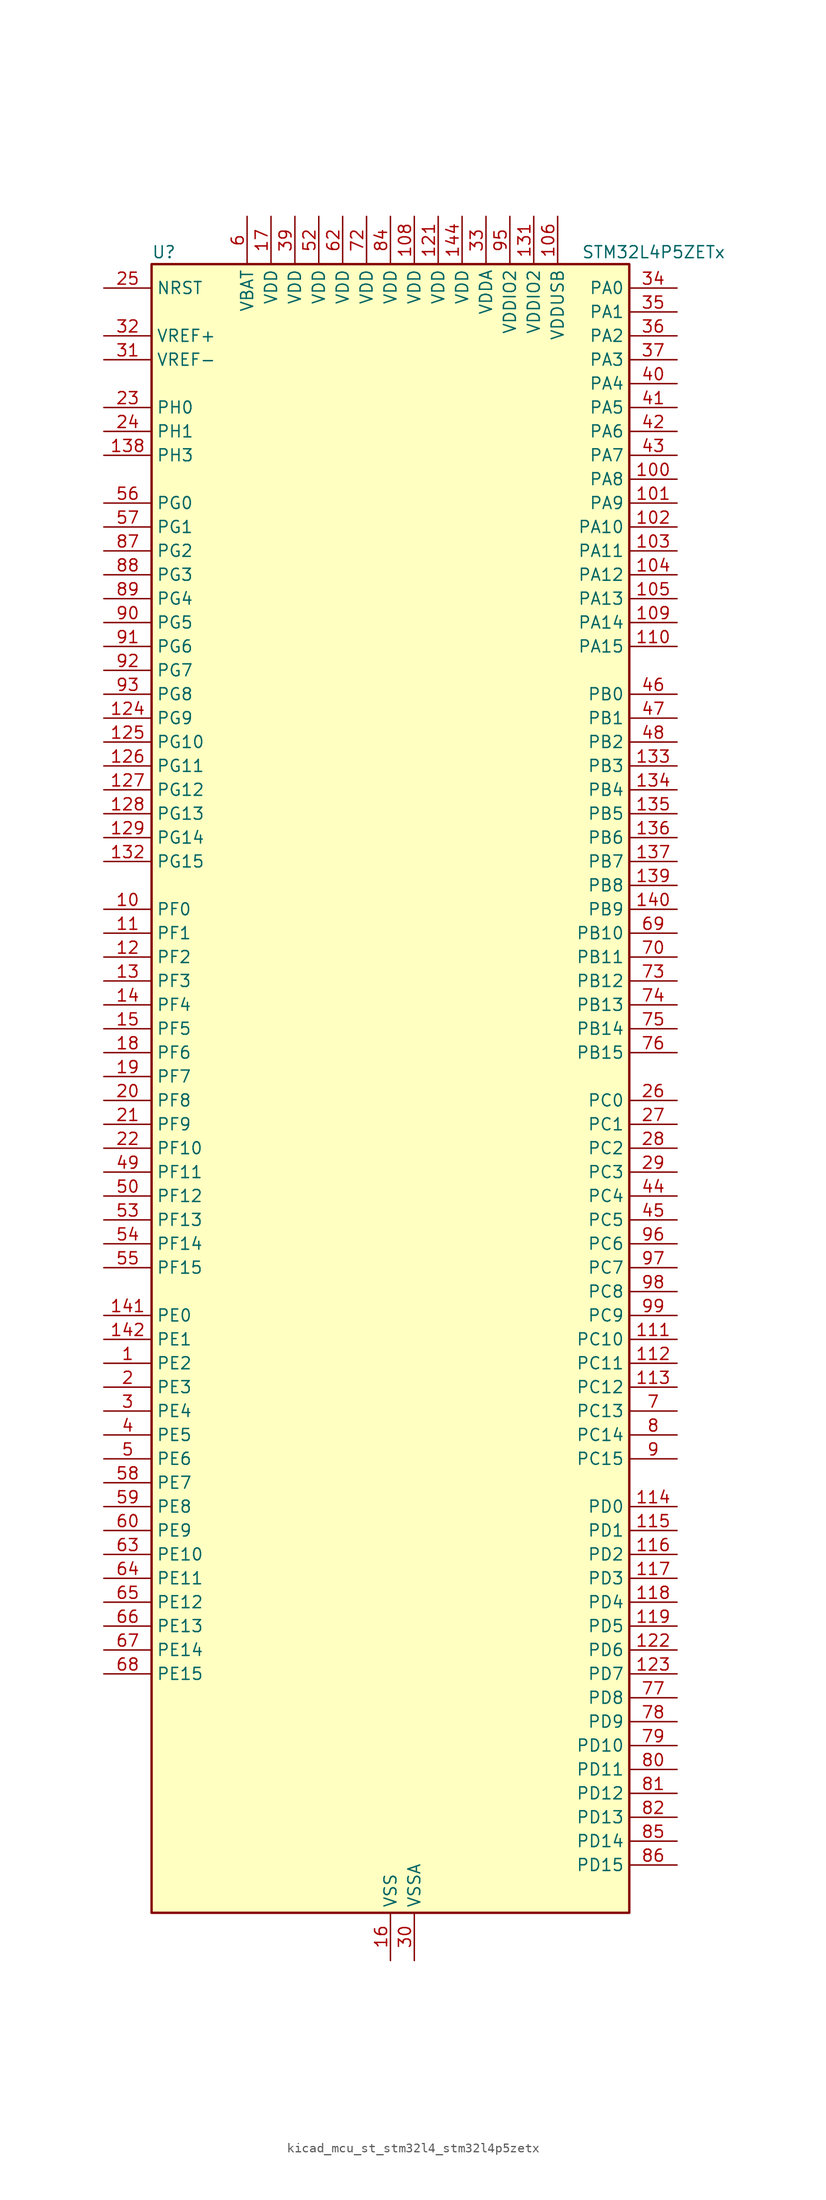
<source format=kicad_sym>
(kicad_symbol_lib
  (version 20220914)
  (generator kicad_symbol_editor)
  (symbol "kicad_mcu_st_stm32l4_stm32l4p5zetx"
    (property "Reference" "U"
      (at -25.4 90.17 0)
      (effects (font (size 1.27 1.27)) (justify left)))
    (property "Value" "STM32L4P5ZETx"
      (at 20.32 90.17 0)
      (effects (font (size 1.27 1.27)) (justify left)))
    (property "ki_locked" ""
      (at 0 0 0)
      (effects (font (size 1.27 1.27))))
    (symbol "kicad_mcu_st_stm32l4_stm32l4p5zetx_0_1"
      (rectangle (start -25.4 -86.36) (end 25.4 88.9) (stroke (width 0.254) (type default)) (fill (type background))))
    (symbol "kicad_mcu_st_stm32l4_stm32l4p5zetx_1_1"
      (pin bidirectional line (at -30.48 -27.94 0) (length 5.08) (name "PE2" (effects (font (size 1.27 1.27)))) (number "1" (effects (font (size 1.27 1.27)))) (alternate "FMC_A23" bidirectional line) (alternate "LTDC_R7" bidirectional line) (alternate "SAI1_CK1" bidirectional line) (alternate "SAI1_MCLK_A" bidirectional line) (alternate "SYS_TRACECLK" bidirectional line) (alternate "TIM3_ETR" bidirectional line) (alternate "TSC_G7_IO1" bidirectional line))
      (pin bidirectional line (at -30.48 20.32 0) (length 5.08) (name "PF0" (effects (font (size 1.27 1.27)))) (number "10" (effects (font (size 1.27 1.27)))) (alternate "FMC_A0" bidirectional line) (alternate "I2C2_SDA" bidirectional line) (alternate "OCTOSPIM_P2_IO0" bidirectional line))
      (pin bidirectional line (at 30.48 66.04 180) (length 5.08) (name "PA8" (effects (font (size 1.27 1.27)))) (number "100" (effects (font (size 1.27 1.27)))) (alternate "LPTIM2_OUT" bidirectional line) (alternate "LTDC_B7" bidirectional line) (alternate "RCC_MCO" bidirectional line) (alternate "SAI1_CK2" bidirectional line) (alternate "SAI1_SCK_A" bidirectional line) (alternate "TIM1_CH1" bidirectional line) (alternate "USART1_CK" bidirectional line) (alternate "USB_OTG_FS_SOF" bidirectional line))
      (pin bidirectional line (at 30.48 63.5 180) (length 5.08) (name "PA9" (effects (font (size 1.27 1.27)))) (number "101" (effects (font (size 1.27 1.27)))) (alternate "DAC1_EXTI9" bidirectional line) (alternate "DCMI_D0" bidirectional line) (alternate "LTDC_G7" bidirectional line) (alternate "PSSI_D0" bidirectional line) (alternate "SAI1_FS_A" bidirectional line) (alternate "SPI2_SCK" bidirectional line) (alternate "TIM15_BKIN" bidirectional line) (alternate "TIM1_CH2" bidirectional line) (alternate "USART1_TX" bidirectional line) (alternate "USB_OTG_FS_VBUS" bidirectional line))
      (pin bidirectional line (at 30.48 60.96 180) (length 5.08) (name "PA10" (effects (font (size 1.27 1.27)))) (number "102" (effects (font (size 1.27 1.27)))) (alternate "DCMI_D1" bidirectional line) (alternate "LTDC_G6" bidirectional line) (alternate "PSSI_D1" bidirectional line) (alternate "SAI1_D1" bidirectional line) (alternate "SAI1_SD_A" bidirectional line) (alternate "TIM17_BKIN" bidirectional line) (alternate "TIM1_CH3" bidirectional line) (alternate "USART1_RX" bidirectional line) (alternate "USB_OTG_FS_ID" bidirectional line))
      (pin bidirectional line (at 30.48 58.42 180) (length 5.08) (name "PA11" (effects (font (size 1.27 1.27)))) (number "103" (effects (font (size 1.27 1.27)))) (alternate "ADC1_EXTI11" bidirectional line) (alternate "ADC2_EXTI11" bidirectional line) (alternate "CAN1_RX" bidirectional line) (alternate "LTDC_DE" bidirectional line) (alternate "SPI1_MISO" bidirectional line) (alternate "TIM1_BKIN2" bidirectional line) (alternate "TIM1_CH4" bidirectional line) (alternate "USART1_CTS" bidirectional line) (alternate "USART1_NSS" bidirectional line) (alternate "USB_OTG_FS_DM" bidirectional line))
      (pin bidirectional line (at 30.48 55.88 180) (length 5.08) (name "PA12" (effects (font (size 1.27 1.27)))) (number "104" (effects (font (size 1.27 1.27)))) (alternate "CAN1_TX" bidirectional line) (alternate "LTDC_VSYNC" bidirectional line) (alternate "OCTOSPIM_P2_NCS" bidirectional line) (alternate "SPI1_MOSI" bidirectional line) (alternate "TIM1_ETR" bidirectional line) (alternate "USART1_DE" bidirectional line) (alternate "USART1_RTS" bidirectional line) (alternate "USB_OTG_FS_DP" bidirectional line))
      (pin bidirectional line (at 30.48 53.34 180) (length 5.08) (name "PA13" (effects (font (size 1.27 1.27)))) (number "105" (effects (font (size 1.27 1.27)))) (alternate "IR_OUT" bidirectional line) (alternate "SAI1_SD_B" bidirectional line) (alternate "SYS_JTMS-SWDIO" bidirectional line) (alternate "USB_OTG_FS_NOE" bidirectional line))
      (pin power_in line (at 17.78 93.98 270) (length 5.08) (name "VDDUSB" (effects (font (size 1.27 1.27)))) (number "106" (effects (font (size 1.27 1.27)))))
      (pin passive line (at 0 -91.44 90) (length 5.08) hide (name "VSS" (effects (font (size 1.27 1.27)))) (number "107" (effects (font (size 1.27 1.27)))))
      (pin power_in line (at 2.54 93.98 270) (length 5.08) (name "VDD" (effects (font (size 1.27 1.27)))) (number "108" (effects (font (size 1.27 1.27)))))
      (pin bidirectional line (at 30.48 50.8 180) (length 5.08) (name "PA14" (effects (font (size 1.27 1.27)))) (number "109" (effects (font (size 1.27 1.27)))) (alternate "I2C1_SMBA" bidirectional line) (alternate "I2C4_SMBA" bidirectional line) (alternate "LPTIM1_OUT" bidirectional line) (alternate "SAI1_FS_B" bidirectional line) (alternate "SYS_JTCK-SWCLK" bidirectional line) (alternate "USB_OTG_FS_SOF" bidirectional line))
      (pin bidirectional line (at -30.48 17.78 0) (length 5.08) (name "PF1" (effects (font (size 1.27 1.27)))) (number "11" (effects (font (size 1.27 1.27)))) (alternate "FMC_A1" bidirectional line) (alternate "I2C2_SCL" bidirectional line) (alternate "OCTOSPIM_P2_IO1" bidirectional line))
      (pin bidirectional line (at 30.48 48.26 180) (length 5.08) (name "PA15" (effects (font (size 1.27 1.27)))) (number "110" (effects (font (size 1.27 1.27)))) (alternate "ADC1_EXTI15" bidirectional line) (alternate "ADC2_EXTI15" bidirectional line) (alternate "LTDC_HSYNC" bidirectional line) (alternate "SAI2_FS_B" bidirectional line) (alternate "SPI1_NSS" bidirectional line) (alternate "SPI3_NSS" bidirectional line) (alternate "SYS_JTDI" bidirectional line) (alternate "TIM2_CH1" bidirectional line) (alternate "TIM2_ETR" bidirectional line) (alternate "TSC_G3_IO1" bidirectional line) (alternate "UART4_DE" bidirectional line) (alternate "UART4_RTS" bidirectional line) (alternate "USART2_RX" bidirectional line) (alternate "USART3_DE" bidirectional line) (alternate "USART3_RTS" bidirectional line))
      (pin bidirectional line (at 30.48 -25.4 180) (length 5.08) (name "PC10" (effects (font (size 1.27 1.27)))) (number "111" (effects (font (size 1.27 1.27)))) (alternate "DCMI_D8" bidirectional line) (alternate "DCMI_VSYNC" bidirectional line) (alternate "PSSI_D8" bidirectional line) (alternate "PSSI_RDY" bidirectional line) (alternate "SAI2_SCK_B" bidirectional line) (alternate "SDMMC1_D2" bidirectional line) (alternate "SPI3_SCK" bidirectional line) (alternate "SYS_TRACED1" bidirectional line) (alternate "TSC_G3_IO2" bidirectional line) (alternate "UART4_TX" bidirectional line) (alternate "USART3_TX" bidirectional line))
      (pin bidirectional line (at 30.48 -27.94 180) (length 5.08) (name "PC11" (effects (font (size 1.27 1.27)))) (number "112" (effects (font (size 1.27 1.27)))) (alternate "ADC1_EXTI11" bidirectional line) (alternate "ADC2_EXTI11" bidirectional line) (alternate "DCMI_D2" bidirectional line) (alternate "DCMI_D4" bidirectional line) (alternate "OCTOSPIM_P1_NCS" bidirectional line) (alternate "PSSI_D2" bidirectional line) (alternate "PSSI_D4" bidirectional line) (alternate "SAI2_MCLK_B" bidirectional line) (alternate "SDMMC1_D3" bidirectional line) (alternate "SPI3_MISO" bidirectional line) (alternate "TSC_G3_IO3" bidirectional line) (alternate "UART4_RX" bidirectional line) (alternate "USART3_RX" bidirectional line))
      (pin bidirectional line (at 30.48 -30.48 180) (length 5.08) (name "PC12" (effects (font (size 1.27 1.27)))) (number "113" (effects (font (size 1.27 1.27)))) (alternate "DCMI_D9" bidirectional line) (alternate "LTDC_R6" bidirectional line) (alternate "PSSI_D9" bidirectional line) (alternate "SAI2_SD_B" bidirectional line) (alternate "SDMMC1_CK" bidirectional line) (alternate "SPI3_MOSI" bidirectional line) (alternate "SYS_TRACED3" bidirectional line) (alternate "TSC_G3_IO4" bidirectional line) (alternate "UART5_TX" bidirectional line) (alternate "USART3_CK" bidirectional line))
      (pin bidirectional line (at 30.48 -43.18 180) (length 5.08) (name "PD0" (effects (font (size 1.27 1.27)))) (number "114" (effects (font (size 1.27 1.27)))) (alternate "CAN1_RX" bidirectional line) (alternate "FMC_D2" bidirectional line) (alternate "FMC_DA2" bidirectional line) (alternate "LTDC_B4" bidirectional line) (alternate "SPI2_NSS" bidirectional line))
      (pin bidirectional line (at 30.48 -45.72 180) (length 5.08) (name "PD1" (effects (font (size 1.27 1.27)))) (number "115" (effects (font (size 1.27 1.27)))) (alternate "CAN1_TX" bidirectional line) (alternate "FMC_D3" bidirectional line) (alternate "FMC_DA3" bidirectional line) (alternate "LTDC_B5" bidirectional line) (alternate "SPI2_SCK" bidirectional line))
      (pin bidirectional line (at 30.48 -48.26 180) (length 5.08) (name "PD2" (effects (font (size 1.27 1.27)))) (number "116" (effects (font (size 1.27 1.27)))) (alternate "DCMI_D11" bidirectional line) (alternate "PSSI_D11" bidirectional line) (alternate "SDMMC1_CMD" bidirectional line) (alternate "SYS_TRACED2" bidirectional line) (alternate "TIM3_ETR" bidirectional line) (alternate "TSC_SYNC" bidirectional line) (alternate "UART5_RX" bidirectional line) (alternate "USART3_DE" bidirectional line) (alternate "USART3_RTS" bidirectional line))
      (pin bidirectional line (at 30.48 -50.8 180) (length 5.08) (name "PD3" (effects (font (size 1.27 1.27)))) (number "117" (effects (font (size 1.27 1.27)))) (alternate "DCMI_D5" bidirectional line) (alternate "DFSDM1_DATIN0" bidirectional line) (alternate "FMC_CLK" bidirectional line) (alternate "LTDC_CLK" bidirectional line) (alternate "OCTOSPIM_P2_NCS" bidirectional line) (alternate "PSSI_D5" bidirectional line) (alternate "SPI2_MISO" bidirectional line) (alternate "SPI2_SCK" bidirectional line) (alternate "USART2_CTS" bidirectional line) (alternate "USART2_NSS" bidirectional line))
      (pin bidirectional line (at 30.48 -53.34 180) (length 5.08) (name "PD4" (effects (font (size 1.27 1.27)))) (number "118" (effects (font (size 1.27 1.27)))) (alternate "DFSDM1_CKIN0" bidirectional line) (alternate "FMC_NOE" bidirectional line) (alternate "OCTOSPIM_P1_IO4" bidirectional line) (alternate "SDMMC2_CKIN" bidirectional line) (alternate "SPI2_MOSI" bidirectional line) (alternate "USART2_DE" bidirectional line) (alternate "USART2_RTS" bidirectional line))
      (pin bidirectional line (at 30.48 -55.88 180) (length 5.08) (name "PD5" (effects (font (size 1.27 1.27)))) (number "119" (effects (font (size 1.27 1.27)))) (alternate "FMC_NWE" bidirectional line) (alternate "OCTOSPIM_P1_IO5" bidirectional line) (alternate "USART2_TX" bidirectional line))
      (pin bidirectional line (at -30.48 15.24 0) (length 5.08) (name "PF2" (effects (font (size 1.27 1.27)))) (number "12" (effects (font (size 1.27 1.27)))) (alternate "FMC_A2" bidirectional line) (alternate "I2C2_SMBA" bidirectional line) (alternate "OCTOSPIM_P2_IO2" bidirectional line))
      (pin passive line (at 0 -91.44 90) (length 5.08) hide (name "VSS" (effects (font (size 1.27 1.27)))) (number "120" (effects (font (size 1.27 1.27)))))
      (pin power_in line (at 5.08 93.98 270) (length 5.08) (name "VDD" (effects (font (size 1.27 1.27)))) (number "121" (effects (font (size 1.27 1.27)))))
      (pin bidirectional line (at 30.48 -58.42 180) (length 5.08) (name "PD6" (effects (font (size 1.27 1.27)))) (number "122" (effects (font (size 1.27 1.27)))) (alternate "DCMI_D10" bidirectional line) (alternate "DFSDM1_DATIN1" bidirectional line) (alternate "FMC_NWAIT" bidirectional line) (alternate "LTDC_DE" bidirectional line) (alternate "OCTOSPIM_P1_IO6" bidirectional line) (alternate "PSSI_D10" bidirectional line) (alternate "SAI1_D1" bidirectional line) (alternate "SAI1_SD_A" bidirectional line) (alternate "SDMMC2_CK" bidirectional line) (alternate "SPI3_MOSI" bidirectional line) (alternate "USART2_RX" bidirectional line))
      (pin bidirectional line (at 30.48 -60.96 180) (length 5.08) (name "PD7" (effects (font (size 1.27 1.27)))) (number "123" (effects (font (size 1.27 1.27)))) (alternate "DFSDM1_CKIN1" bidirectional line) (alternate "FMC_NCE" bidirectional line) (alternate "FMC_NE1" bidirectional line) (alternate "OCTOSPIM_P1_IO7" bidirectional line) (alternate "SDMMC2_CMD" bidirectional line) (alternate "USART2_CK" bidirectional line))
      (pin bidirectional line (at -30.48 40.64 0) (length 5.08) (name "PG9" (effects (font (size 1.27 1.27)))) (number "124" (effects (font (size 1.27 1.27)))) (alternate "DAC1_EXTI9" bidirectional line) (alternate "FMC_NCE" bidirectional line) (alternate "FMC_NE2" bidirectional line) (alternate "OCTOSPIM_P2_IO6" bidirectional line) (alternate "SAI2_SCK_A" bidirectional line) (alternate "SDMMC2_D0" bidirectional line) (alternate "SPI3_SCK" bidirectional line) (alternate "TIM15_CH1N" bidirectional line) (alternate "USART1_TX" bidirectional line))
      (pin bidirectional line (at -30.48 38.1 0) (length 5.08) (name "PG10" (effects (font (size 1.27 1.27)))) (number "125" (effects (font (size 1.27 1.27)))) (alternate "FMC_NE3" bidirectional line) (alternate "LPTIM1_IN1" bidirectional line) (alternate "OCTOSPIM_P2_IO7" bidirectional line) (alternate "SAI2_FS_A" bidirectional line) (alternate "SDMMC2_D1" bidirectional line) (alternate "SPI3_MISO" bidirectional line) (alternate "TIM15_CH1" bidirectional line) (alternate "USART1_RX" bidirectional line))
      (pin bidirectional line (at -30.48 35.56 0) (length 5.08) (name "PG11" (effects (font (size 1.27 1.27)))) (number "126" (effects (font (size 1.27 1.27)))) (alternate "ADC1_EXTI11" bidirectional line) (alternate "ADC2_EXTI11" bidirectional line) (alternate "LPTIM1_IN2" bidirectional line) (alternate "OCTOSPIM_P1_IO5" bidirectional line) (alternate "SAI2_MCLK_A" bidirectional line) (alternate "SDMMC2_D2" bidirectional line) (alternate "SPI3_MOSI" bidirectional line) (alternate "TIM15_CH2" bidirectional line) (alternate "USART1_CTS" bidirectional line) (alternate "USART1_NSS" bidirectional line))
      (pin bidirectional line (at -30.48 33.02 0) (length 5.08) (name "PG12" (effects (font (size 1.27 1.27)))) (number "127" (effects (font (size 1.27 1.27)))) (alternate "FMC_NE4" bidirectional line) (alternate "LPTIM1_ETR" bidirectional line) (alternate "OCTOSPIM_P2_NCS" bidirectional line) (alternate "SAI2_SD_A" bidirectional line) (alternate "SDMMC2_D3" bidirectional line) (alternate "SPI3_NSS" bidirectional line) (alternate "USART1_DE" bidirectional line) (alternate "USART1_RTS" bidirectional line))
      (pin bidirectional line (at -30.48 30.48 0) (length 5.08) (name "PG13" (effects (font (size 1.27 1.27)))) (number "128" (effects (font (size 1.27 1.27)))) (alternate "FMC_A24" bidirectional line) (alternate "I2C1_SDA" bidirectional line) (alternate "LTDC_R0" bidirectional line) (alternate "USART1_CK" bidirectional line))
      (pin bidirectional line (at -30.48 27.94 0) (length 5.08) (name "PG14" (effects (font (size 1.27 1.27)))) (number "129" (effects (font (size 1.27 1.27)))) (alternate "FMC_A25" bidirectional line) (alternate "I2C1_SCL" bidirectional line) (alternate "LTDC_R1" bidirectional line))
      (pin bidirectional line (at -30.48 12.7 0) (length 5.08) (name "PF3" (effects (font (size 1.27 1.27)))) (number "13" (effects (font (size 1.27 1.27)))) (alternate "FMC_A3" bidirectional line) (alternate "OCTOSPIM_P2_IO3" bidirectional line))
      (pin passive line (at 0 -91.44 90) (length 5.08) hide (name "VSS" (effects (font (size 1.27 1.27)))) (number "130" (effects (font (size 1.27 1.27)))))
      (pin power_in line (at 15.24 93.98 270) (length 5.08) (name "VDDIO2" (effects (font (size 1.27 1.27)))) (number "131" (effects (font (size 1.27 1.27)))))
      (pin bidirectional line (at -30.48 25.4 0) (length 5.08) (name "PG15" (effects (font (size 1.27 1.27)))) (number "132" (effects (font (size 1.27 1.27)))) (alternate "ADC1_EXTI15" bidirectional line) (alternate "ADC2_EXTI15" bidirectional line) (alternate "DCMI_D13" bidirectional line) (alternate "I2C1_SMBA" bidirectional line) (alternate "LPTIM1_OUT" bidirectional line) (alternate "OCTOSPIM_P2_DQS" bidirectional line) (alternate "PSSI_D13" bidirectional line))
      (pin bidirectional line (at 30.48 35.56 180) (length 5.08) (name "PB3" (effects (font (size 1.27 1.27)))) (number "133" (effects (font (size 1.27 1.27)))) (alternate "COMP2_INM" bidirectional line) (alternate "CRS_SYNC" bidirectional line) (alternate "OCTOSPIM_P1_IO4" bidirectional line) (alternate "SAI1_SCK_B" bidirectional line) (alternate "SDMMC2_D2" bidirectional line) (alternate "SPI1_SCK" bidirectional line) (alternate "SPI3_SCK" bidirectional line) (alternate "SYS_JTDO-SWO" bidirectional line) (alternate "TIM2_CH2" bidirectional line) (alternate "USART1_DE" bidirectional line) (alternate "USART1_RTS" bidirectional line))
      (pin bidirectional line (at 30.48 33.02 180) (length 5.08) (name "PB4" (effects (font (size 1.27 1.27)))) (number "134" (effects (font (size 1.27 1.27)))) (alternate "COMP2_INP" bidirectional line) (alternate "DCMI_D12" bidirectional line) (alternate "I2C3_SDA" bidirectional line) (alternate "OCTOSPIM_P1_IO5" bidirectional line) (alternate "PSSI_D12" bidirectional line) (alternate "SAI1_MCLK_B" bidirectional line) (alternate "SDMMC2_D3" bidirectional line) (alternate "SPI1_MISO" bidirectional line) (alternate "SPI3_MISO" bidirectional line) (alternate "SYS_JTRST" bidirectional line) (alternate "TIM17_BKIN" bidirectional line) (alternate "TIM3_CH1" bidirectional line) (alternate "TSC_G2_IO1" bidirectional line) (alternate "UART5_DE" bidirectional line) (alternate "UART5_RTS" bidirectional line) (alternate "USART1_CTS" bidirectional line) (alternate "USART1_NSS" bidirectional line))
      (pin bidirectional line (at 30.48 30.48 180) (length 5.08) (name "PB5" (effects (font (size 1.27 1.27)))) (number "135" (effects (font (size 1.27 1.27)))) (alternate "COMP2_OUT" bidirectional line) (alternate "DCMI_D10" bidirectional line) (alternate "I2C1_SMBA" bidirectional line) (alternate "LPTIM1_IN1" bidirectional line) (alternate "OCTOSPIM_P1_IO0" bidirectional line) (alternate "PSSI_D10" bidirectional line) (alternate "SAI1_SD_B" bidirectional line) (alternate "SPI1_MOSI" bidirectional line) (alternate "SPI3_MOSI" bidirectional line) (alternate "TIM16_BKIN" bidirectional line) (alternate "TIM3_CH2" bidirectional line) (alternate "TSC_G2_IO2" bidirectional line) (alternate "UART5_CTS" bidirectional line) (alternate "USART1_CK" bidirectional line))
      (pin bidirectional line (at 30.48 27.94 180) (length 5.08) (name "PB6" (effects (font (size 1.27 1.27)))) (number "136" (effects (font (size 1.27 1.27)))) (alternate "COMP2_INP" bidirectional line) (alternate "DCMI_D5" bidirectional line) (alternate "I2C1_SCL" bidirectional line) (alternate "I2C4_SCL" bidirectional line) (alternate "LPTIM1_ETR" bidirectional line) (alternate "LTDC_R6" bidirectional line) (alternate "PSSI_D5" bidirectional line) (alternate "SAI1_FS_B" bidirectional line) (alternate "TIM16_CH1N" bidirectional line) (alternate "TIM4_CH1" bidirectional line) (alternate "TIM8_BKIN2" bidirectional line) (alternate "TSC_G2_IO3" bidirectional line) (alternate "USART1_TX" bidirectional line))
      (pin bidirectional line (at 30.48 25.4 180) (length 5.08) (name "PB7" (effects (font (size 1.27 1.27)))) (number "137" (effects (font (size 1.27 1.27)))) (alternate "COMP2_INM" bidirectional line) (alternate "DCMI_VSYNC" bidirectional line) (alternate "FMC_NL" bidirectional line) (alternate "I2C1_SDA" bidirectional line) (alternate "I2C4_SDA" bidirectional line) (alternate "LPTIM1_IN2" bidirectional line) (alternate "LTDC_VSYNC" bidirectional line) (alternate "PSSI_RDY" bidirectional line) (alternate "SYS_PVD_IN" bidirectional line) (alternate "TIM17_CH1N" bidirectional line) (alternate "TIM4_CH2" bidirectional line) (alternate "TIM8_BKIN" bidirectional line) (alternate "TSC_G2_IO4" bidirectional line) (alternate "UART4_CTS" bidirectional line) (alternate "USART1_RX" bidirectional line))
      (pin bidirectional line (at -30.48 68.58 0) (length 5.08) (name "PH3" (effects (font (size 1.27 1.27)))) (number "138" (effects (font (size 1.27 1.27)))))
      (pin bidirectional line (at 30.48 22.86 180) (length 5.08) (name "PB8" (effects (font (size 1.27 1.27)))) (number "139" (effects (font (size 1.27 1.27)))) (alternate "CAN1_RX" bidirectional line) (alternate "DCMI_D6" bidirectional line) (alternate "DFSDM1_CKOUT" bidirectional line) (alternate "I2C1_SCL" bidirectional line) (alternate "LTDC_DE" bidirectional line) (alternate "PSSI_D6" bidirectional line) (alternate "SAI1_CK1" bidirectional line) (alternate "SAI1_MCLK_A" bidirectional line) (alternate "SDMMC1_CKIN" bidirectional line) (alternate "SDMMC1_D4" bidirectional line) (alternate "SDMMC2_D4" bidirectional line) (alternate "TIM16_CH1" bidirectional line) (alternate "TIM4_CH3" bidirectional line))
      (pin bidirectional line (at -30.48 10.16 0) (length 5.08) (name "PF4" (effects (font (size 1.27 1.27)))) (number "14" (effects (font (size 1.27 1.27)))) (alternate "FMC_A4" bidirectional line) (alternate "OCTOSPIM_P2_CLK" bidirectional line))
      (pin bidirectional line (at 30.48 20.32 180) (length 5.08) (name "PB9" (effects (font (size 1.27 1.27)))) (number "140" (effects (font (size 1.27 1.27)))) (alternate "CAN1_TX" bidirectional line) (alternate "DAC1_EXTI9" bidirectional line) (alternate "DCMI_D7" bidirectional line) (alternate "I2C1_SDA" bidirectional line) (alternate "IR_OUT" bidirectional line) (alternate "PSSI_D7" bidirectional line) (alternate "SAI1_D2" bidirectional line) (alternate "SAI1_FS_A" bidirectional line) (alternate "SDMMC1_CDIR" bidirectional line) (alternate "SDMMC1_D5" bidirectional line) (alternate "SDMMC2_D5" bidirectional line) (alternate "SPI2_NSS" bidirectional line) (alternate "TIM17_CH1" bidirectional line) (alternate "TIM4_CH4" bidirectional line))
      (pin bidirectional line (at -30.48 -22.86 0) (length 5.08) (name "PE0" (effects (font (size 1.27 1.27)))) (number "141" (effects (font (size 1.27 1.27)))) (alternate "DCMI_D2" bidirectional line) (alternate "FMC_NBL0" bidirectional line) (alternate "LTDC_HSYNC" bidirectional line) (alternate "PSSI_D2" bidirectional line) (alternate "TIM16_CH1" bidirectional line) (alternate "TIM4_ETR" bidirectional line))
      (pin bidirectional line (at -30.48 -25.4 0) (length 5.08) (name "PE1" (effects (font (size 1.27 1.27)))) (number "142" (effects (font (size 1.27 1.27)))) (alternate "DCMI_D3" bidirectional line) (alternate "FMC_NBL1" bidirectional line) (alternate "LTDC_VSYNC" bidirectional line) (alternate "PSSI_D3" bidirectional line) (alternate "TIM17_CH1" bidirectional line))
      (pin passive line (at 0 -91.44 90) (length 5.08) hide (name "VSS" (effects (font (size 1.27 1.27)))) (number "143" (effects (font (size 1.27 1.27)))))
      (pin power_in line (at 7.62 93.98 270) (length 5.08) (name "VDD" (effects (font (size 1.27 1.27)))) (number "144" (effects (font (size 1.27 1.27)))))
      (pin bidirectional line (at -30.48 7.62 0) (length 5.08) (name "PF5" (effects (font (size 1.27 1.27)))) (number "15" (effects (font (size 1.27 1.27)))) (alternate "FMC_A5" bidirectional line) (alternate "OCTOSPIM_P2_NCLK" bidirectional line))
      (pin power_in line (at 0 -91.44 90) (length 5.08) (name "VSS" (effects (font (size 1.27 1.27)))) (number "16" (effects (font (size 1.27 1.27)))))
      (pin power_in line (at -12.7 93.98 270) (length 5.08) (name "VDD" (effects (font (size 1.27 1.27)))) (number "17" (effects (font (size 1.27 1.27)))))
      (pin bidirectional line (at -30.48 5.08 0) (length 5.08) (name "PF6" (effects (font (size 1.27 1.27)))) (number "18" (effects (font (size 1.27 1.27)))) (alternate "OCTOSPIM_P1_IO3" bidirectional line) (alternate "SAI1_SD_B" bidirectional line) (alternate "TIM5_CH1" bidirectional line) (alternate "TIM5_ETR" bidirectional line))
      (pin bidirectional line (at -30.48 2.54 0) (length 5.08) (name "PF7" (effects (font (size 1.27 1.27)))) (number "19" (effects (font (size 1.27 1.27)))) (alternate "OCTOSPIM_P1_IO2" bidirectional line) (alternate "SAI1_MCLK_B" bidirectional line) (alternate "TIM5_CH2" bidirectional line))
      (pin bidirectional line (at -30.48 -30.48 0) (length 5.08) (name "PE3" (effects (font (size 1.27 1.27)))) (number "2" (effects (font (size 1.27 1.27)))) (alternate "FMC_A19" bidirectional line) (alternate "LTDC_R6" bidirectional line) (alternate "OCTOSPIM_P1_DQS" bidirectional line) (alternate "SAI1_SD_B" bidirectional line) (alternate "SYS_TRACED0" bidirectional line) (alternate "TIM3_CH1" bidirectional line) (alternate "TSC_G7_IO2" bidirectional line))
      (pin bidirectional line (at -30.48 0 0) (length 5.08) (name "PF8" (effects (font (size 1.27 1.27)))) (number "20" (effects (font (size 1.27 1.27)))) (alternate "OCTOSPIM_P1_IO0" bidirectional line) (alternate "SAI1_SCK_B" bidirectional line) (alternate "TIM5_CH3" bidirectional line))
      (pin bidirectional line (at -30.48 -2.54 0) (length 5.08) (name "PF9" (effects (font (size 1.27 1.27)))) (number "21" (effects (font (size 1.27 1.27)))) (alternate "DAC1_EXTI9" bidirectional line) (alternate "OCTOSPIM_P1_IO1" bidirectional line) (alternate "SAI1_FS_B" bidirectional line) (alternate "TIM15_CH1" bidirectional line) (alternate "TIM5_CH4" bidirectional line))
      (pin bidirectional line (at -30.48 -5.08 0) (length 5.08) (name "PF10" (effects (font (size 1.27 1.27)))) (number "22" (effects (font (size 1.27 1.27)))) (alternate "DCMI_D11" bidirectional line) (alternate "DFSDM1_CKOUT" bidirectional line) (alternate "OCTOSPIM_P1_CLK" bidirectional line) (alternate "PSSI_D11" bidirectional line) (alternate "PSSI_D15" bidirectional line) (alternate "SAI1_D3" bidirectional line) (alternate "TIM15_CH2" bidirectional line))
      (pin bidirectional line (at -30.48 73.66 0) (length 5.08) (name "PH0" (effects (font (size 1.27 1.27)))) (number "23" (effects (font (size 1.27 1.27)))) (alternate "RCC_OSC_IN" bidirectional line))
      (pin bidirectional line (at -30.48 71.12 0) (length 5.08) (name "PH1" (effects (font (size 1.27 1.27)))) (number "24" (effects (font (size 1.27 1.27)))) (alternate "RCC_OSC_OUT" bidirectional line))
      (pin input line (at -30.48 86.36 0) (length 5.08) (name "NRST" (effects (font (size 1.27 1.27)))) (number "25" (effects (font (size 1.27 1.27)))))
      (pin bidirectional line (at 30.48 0 180) (length 5.08) (name "PC0" (effects (font (size 1.27 1.27)))) (number "26" (effects (font (size 1.27 1.27)))) (alternate "ADC1_IN1" bidirectional line) (alternate "ADC2_IN1" bidirectional line) (alternate "I2C3_SCL" bidirectional line) (alternate "LPTIM1_IN1" bidirectional line) (alternate "LPTIM2_IN1" bidirectional line) (alternate "LPUART1_RX" bidirectional line) (alternate "LTDC_DE" bidirectional line) (alternate "SAI2_FS_A" bidirectional line) (alternate "SDMMC1_CMD" bidirectional line) (alternate "SDMMC2_CKIN" bidirectional line))
      (pin bidirectional line (at 30.48 -2.54 180) (length 5.08) (name "PC1" (effects (font (size 1.27 1.27)))) (number "27" (effects (font (size 1.27 1.27)))) (alternate "ADC1_IN2" bidirectional line) (alternate "ADC2_IN2" bidirectional line) (alternate "I2C3_SDA" bidirectional line) (alternate "LPTIM1_OUT" bidirectional line) (alternate "LPUART1_TX" bidirectional line) (alternate "OCTOSPIM_P1_IO4" bidirectional line) (alternate "SAI1_SD_A" bidirectional line) (alternate "SPI2_MOSI" bidirectional line) (alternate "SYS_TRACED0" bidirectional line))
      (pin bidirectional line (at 30.48 -5.08 180) (length 5.08) (name "PC2" (effects (font (size 1.27 1.27)))) (number "28" (effects (font (size 1.27 1.27)))) (alternate "ADC1_IN3" bidirectional line) (alternate "ADC2_IN3" bidirectional line) (alternate "DFSDM1_CKOUT" bidirectional line) (alternate "LPTIM1_IN2" bidirectional line) (alternate "LTDC_HSYNC" bidirectional line) (alternate "OCTOSPIM_P1_IO5" bidirectional line) (alternate "SPI2_MISO" bidirectional line))
      (pin bidirectional line (at 30.48 -7.62 180) (length 5.08) (name "PC3" (effects (font (size 1.27 1.27)))) (number "29" (effects (font (size 1.27 1.27)))) (alternate "ADC1_IN4" bidirectional line) (alternate "ADC2_IN4" bidirectional line) (alternate "LPTIM1_ETR" bidirectional line) (alternate "LPTIM2_ETR" bidirectional line) (alternate "OCTOSPIM_P1_IO6" bidirectional line) (alternate "SAI1_D1" bidirectional line) (alternate "SAI1_SD_A" bidirectional line) (alternate "SPI2_MOSI" bidirectional line))
      (pin bidirectional line (at -30.48 -33.02 0) (length 5.08) (name "PE4" (effects (font (size 1.27 1.27)))) (number "3" (effects (font (size 1.27 1.27)))) (alternate "DCMI_D4" bidirectional line) (alternate "DFSDM1_DATIN3" bidirectional line) (alternate "FMC_A20" bidirectional line) (alternate "LTDC_B7" bidirectional line) (alternate "PSSI_D4" bidirectional line) (alternate "SAI1_D2" bidirectional line) (alternate "SAI1_FS_A" bidirectional line) (alternate "SYS_TRACED1" bidirectional line) (alternate "TIM3_CH2" bidirectional line) (alternate "TSC_G7_IO3" bidirectional line))
      (pin power_in line (at 2.54 -91.44 90) (length 5.08) (name "VSSA" (effects (font (size 1.27 1.27)))) (number "30" (effects (font (size 1.27 1.27)))))
      (pin input line (at -30.48 78.74 0) (length 5.08) (name "VREF-" (effects (font (size 1.27 1.27)))) (number "31" (effects (font (size 1.27 1.27)))))
      (pin input line (at -30.48 81.28 0) (length 5.08) (name "VREF+" (effects (font (size 1.27 1.27)))) (number "32" (effects (font (size 1.27 1.27)))) (alternate "VREFBUF_OUT" bidirectional line))
      (pin power_in line (at 10.16 93.98 270) (length 5.08) (name "VDDA" (effects (font (size 1.27 1.27)))) (number "33" (effects (font (size 1.27 1.27)))))
      (pin bidirectional line (at 30.48 86.36 180) (length 5.08) (name "PA0" (effects (font (size 1.27 1.27)))) (number "34" (effects (font (size 1.27 1.27)))) (alternate "ADC1_IN5" bidirectional line) (alternate "ADC2_IN5" bidirectional line) (alternate "OPAMP1_VINP" bidirectional line) (alternate "RTC_TAMP2" bidirectional line) (alternate "SAI1_EXTCLK" bidirectional line) (alternate "SYS_WKUP1" bidirectional line) (alternate "TIM2_CH1" bidirectional line) (alternate "TIM2_ETR" bidirectional line) (alternate "TIM5_CH1" bidirectional line) (alternate "TIM8_ETR" bidirectional line) (alternate "UART4_TX" bidirectional line) (alternate "USART2_CTS" bidirectional line) (alternate "USART2_NSS" bidirectional line))
      (pin bidirectional line (at 30.48 83.82 180) (length 5.08) (name "PA1" (effects (font (size 1.27 1.27)))) (number "35" (effects (font (size 1.27 1.27)))) (alternate "ADC1_IN6" bidirectional line) (alternate "ADC2_IN6" bidirectional line) (alternate "I2C1_SMBA" bidirectional line) (alternate "OCTOSPIM_P1_DQS" bidirectional line) (alternate "OPAMP1_VINM" bidirectional line) (alternate "SDMMC2_CMD" bidirectional line) (alternate "SPI1_SCK" bidirectional line) (alternate "TIM15_CH1N" bidirectional line) (alternate "TIM2_CH2" bidirectional line) (alternate "TIM5_CH2" bidirectional line) (alternate "UART4_RX" bidirectional line) (alternate "USART2_DE" bidirectional line) (alternate "USART2_RTS" bidirectional line))
      (pin bidirectional line (at 30.48 81.28 180) (length 5.08) (name "PA2" (effects (font (size 1.27 1.27)))) (number "36" (effects (font (size 1.27 1.27)))) (alternate "ADC1_IN7" bidirectional line) (alternate "ADC2_IN7" bidirectional line) (alternate "LPUART1_TX" bidirectional line) (alternate "OCTOSPIM_P1_NCS" bidirectional line) (alternate "RCC_LSCO" bidirectional line) (alternate "SAI2_EXTCLK" bidirectional line) (alternate "SYS_WKUP4" bidirectional line) (alternate "TIM15_CH1" bidirectional line) (alternate "TIM2_CH3" bidirectional line) (alternate "TIM5_CH3" bidirectional line) (alternate "USART2_TX" bidirectional line))
      (pin bidirectional line (at 30.48 78.74 180) (length 5.08) (name "PA3" (effects (font (size 1.27 1.27)))) (number "37" (effects (font (size 1.27 1.27)))) (alternate "ADC1_IN8" bidirectional line) (alternate "ADC2_IN8" bidirectional line) (alternate "LPUART1_RX" bidirectional line) (alternate "OCTOSPIM_P1_CLK" bidirectional line) (alternate "OPAMP1_VOUT" bidirectional line) (alternate "SAI1_CK1" bidirectional line) (alternate "SAI1_MCLK_A" bidirectional line) (alternate "TIM15_CH2" bidirectional line) (alternate "TIM2_CH4" bidirectional line) (alternate "TIM5_CH4" bidirectional line) (alternate "USART2_RX" bidirectional line))
      (pin passive line (at 0 -91.44 90) (length 5.08) hide (name "VSS" (effects (font (size 1.27 1.27)))) (number "38" (effects (font (size 1.27 1.27)))))
      (pin power_in line (at -10.16 93.98 270) (length 5.08) (name "VDD" (effects (font (size 1.27 1.27)))) (number "39" (effects (font (size 1.27 1.27)))))
      (pin bidirectional line (at -30.48 -35.56 0) (length 5.08) (name "PE5" (effects (font (size 1.27 1.27)))) (number "4" (effects (font (size 1.27 1.27)))) (alternate "DCMI_D6" bidirectional line) (alternate "DFSDM1_CKIN3" bidirectional line) (alternate "FMC_A21" bidirectional line) (alternate "LTDC_G7" bidirectional line) (alternate "PSSI_D6" bidirectional line) (alternate "SAI1_CK2" bidirectional line) (alternate "SAI1_SCK_A" bidirectional line) (alternate "SYS_TRACED2" bidirectional line) (alternate "TIM3_CH3" bidirectional line) (alternate "TSC_G7_IO4" bidirectional line))
      (pin bidirectional line (at 30.48 76.2 180) (length 5.08) (name "PA4" (effects (font (size 1.27 1.27)))) (number "40" (effects (font (size 1.27 1.27)))) (alternate "ADC1_IN9" bidirectional line) (alternate "ADC2_IN9" bidirectional line) (alternate "DAC1_OUT1" bidirectional line) (alternate "DCMI_HSYNC" bidirectional line) (alternate "LPTIM2_OUT" bidirectional line) (alternate "LTDC_CLK" bidirectional line) (alternate "OCTOSPIM_P1_NCS" bidirectional line) (alternate "PSSI_DE" bidirectional line) (alternate "SAI1_FS_B" bidirectional line) (alternate "SPI1_NSS" bidirectional line) (alternate "SPI3_NSS" bidirectional line) (alternate "USART2_CK" bidirectional line))
      (pin bidirectional line (at 30.48 73.66 180) (length 5.08) (name "PA5" (effects (font (size 1.27 1.27)))) (number "41" (effects (font (size 1.27 1.27)))) (alternate "ADC1_IN10" bidirectional line) (alternate "ADC2_IN10" bidirectional line) (alternate "DAC1_OUT2" bidirectional line) (alternate "LPTIM2_ETR" bidirectional line) (alternate "LTDC_R7" bidirectional line) (alternate "PSSI_D14" bidirectional line) (alternate "SPI1_SCK" bidirectional line) (alternate "TIM2_CH1" bidirectional line) (alternate "TIM2_ETR" bidirectional line) (alternate "TIM8_CH1N" bidirectional line))
      (pin bidirectional line (at 30.48 71.12 180) (length 5.08) (name "PA6" (effects (font (size 1.27 1.27)))) (number "42" (effects (font (size 1.27 1.27)))) (alternate "ADC1_IN11" bidirectional line) (alternate "ADC2_IN11" bidirectional line) (alternate "DCMI_PIXCLK" bidirectional line) (alternate "LPUART1_CTS" bidirectional line) (alternate "OCTOSPIM_P1_IO3" bidirectional line) (alternate "OPAMP2_VINP" bidirectional line) (alternate "PSSI_PDCK" bidirectional line) (alternate "SPI1_MISO" bidirectional line) (alternate "TIM16_CH1" bidirectional line) (alternate "TIM1_BKIN" bidirectional line) (alternate "TIM3_CH1" bidirectional line) (alternate "TIM8_BKIN" bidirectional line) (alternate "USART3_CTS" bidirectional line) (alternate "USART3_NSS" bidirectional line))
      (pin bidirectional line (at 30.48 68.58 180) (length 5.08) (name "PA7" (effects (font (size 1.27 1.27)))) (number "43" (effects (font (size 1.27 1.27)))) (alternate "ADC1_IN12" bidirectional line) (alternate "ADC2_IN12" bidirectional line) (alternate "I2C3_SCL" bidirectional line) (alternate "OCTOSPIM_P1_IO2" bidirectional line) (alternate "OPAMP2_VINM" bidirectional line) (alternate "SPI1_MOSI" bidirectional line) (alternate "TIM17_CH1" bidirectional line) (alternate "TIM1_CH1N" bidirectional line) (alternate "TIM3_CH2" bidirectional line) (alternate "TIM8_CH1N" bidirectional line))
      (pin bidirectional line (at 30.48 -10.16 180) (length 5.08) (name "PC4" (effects (font (size 1.27 1.27)))) (number "44" (effects (font (size 1.27 1.27)))) (alternate "ADC1_IN13" bidirectional line) (alternate "ADC2_IN13" bidirectional line) (alternate "COMP1_INM" bidirectional line) (alternate "OCTOSPIM_P1_IO7" bidirectional line) (alternate "OCTOSPIM_P2_NCS" bidirectional line) (alternate "USART3_TX" bidirectional line))
      (pin bidirectional line (at 30.48 -12.7 180) (length 5.08) (name "PC5" (effects (font (size 1.27 1.27)))) (number "45" (effects (font (size 1.27 1.27)))) (alternate "ADC1_IN14" bidirectional line) (alternate "ADC2_IN14" bidirectional line) (alternate "COMP1_INP" bidirectional line) (alternate "LTDC_CLK" bidirectional line) (alternate "PSSI_D15" bidirectional line) (alternate "SAI1_D3" bidirectional line) (alternate "SYS_WKUP5" bidirectional line) (alternate "USART3_RX" bidirectional line))
      (pin bidirectional line (at 30.48 43.18 180) (length 5.08) (name "PB0" (effects (font (size 1.27 1.27)))) (number "46" (effects (font (size 1.27 1.27)))) (alternate "ADC1_IN15" bidirectional line) (alternate "ADC2_IN15" bidirectional line) (alternate "COMP1_OUT" bidirectional line) (alternate "LTDC_B6" bidirectional line) (alternate "OCTOSPIM_P1_IO1" bidirectional line) (alternate "OPAMP2_VOUT" bidirectional line) (alternate "SAI1_EXTCLK" bidirectional line) (alternate "SPI1_NSS" bidirectional line) (alternate "TIM1_CH2N" bidirectional line) (alternate "TIM3_CH3" bidirectional line) (alternate "TIM8_CH2N" bidirectional line) (alternate "USART3_CK" bidirectional line))
      (pin bidirectional line (at 30.48 40.64 180) (length 5.08) (name "PB1" (effects (font (size 1.27 1.27)))) (number "47" (effects (font (size 1.27 1.27)))) (alternate "ADC1_IN16" bidirectional line) (alternate "ADC2_IN16" bidirectional line) (alternate "COMP1_INM" bidirectional line) (alternate "DFSDM1_DATIN0" bidirectional line) (alternate "LPTIM2_IN1" bidirectional line) (alternate "LPUART1_DE" bidirectional line) (alternate "LPUART1_RTS" bidirectional line) (alternate "LTDC_G6" bidirectional line) (alternate "OCTOSPIM_P1_IO0" bidirectional line) (alternate "TIM1_CH3N" bidirectional line) (alternate "TIM3_CH4" bidirectional line) (alternate "TIM8_CH3N" bidirectional line) (alternate "USART3_DE" bidirectional line) (alternate "USART3_RTS" bidirectional line))
      (pin bidirectional line (at 30.48 38.1 180) (length 5.08) (name "PB2" (effects (font (size 1.27 1.27)))) (number "48" (effects (font (size 1.27 1.27)))) (alternate "COMP1_INP" bidirectional line) (alternate "DFSDM1_CKIN0" bidirectional line) (alternate "I2C3_SMBA" bidirectional line) (alternate "LPTIM1_OUT" bidirectional line) (alternate "OCTOSPIM_P1_DQS" bidirectional line) (alternate "RTC_OUT2" bidirectional line))
      (pin bidirectional line (at -30.48 -7.62 0) (length 5.08) (name "PF11" (effects (font (size 1.27 1.27)))) (number "49" (effects (font (size 1.27 1.27)))) (alternate "ADC1_EXTI11" bidirectional line) (alternate "ADC2_EXTI11" bidirectional line) (alternate "DCMI_D12" bidirectional line) (alternate "LTDC_DE" bidirectional line) (alternate "OCTOSPIM_P1_NCLK" bidirectional line) (alternate "PSSI_D12" bidirectional line))
      (pin bidirectional line (at -30.48 -38.1 0) (length 5.08) (name "PE6" (effects (font (size 1.27 1.27)))) (number "5" (effects (font (size 1.27 1.27)))) (alternate "DCMI_D7" bidirectional line) (alternate "FMC_A22" bidirectional line) (alternate "LTDC_G6" bidirectional line) (alternate "PSSI_D7" bidirectional line) (alternate "RTC_TAMP3" bidirectional line) (alternate "SAI1_D1" bidirectional line) (alternate "SAI1_SD_A" bidirectional line) (alternate "SYS_TRACED3" bidirectional line) (alternate "SYS_WKUP3" bidirectional line) (alternate "TIM3_CH4" bidirectional line))
      (pin bidirectional line (at -30.48 -10.16 0) (length 5.08) (name "PF12" (effects (font (size 1.27 1.27)))) (number "50" (effects (font (size 1.27 1.27)))) (alternate "FMC_A6" bidirectional line) (alternate "LTDC_B0" bidirectional line) (alternate "OCTOSPIM_P2_DQS" bidirectional line))
      (pin passive line (at 0 -91.44 90) (length 5.08) hide (name "VSS" (effects (font (size 1.27 1.27)))) (number "51" (effects (font (size 1.27 1.27)))))
      (pin power_in line (at -7.62 93.98 270) (length 5.08) (name "VDD" (effects (font (size 1.27 1.27)))) (number "52" (effects (font (size 1.27 1.27)))))
      (pin bidirectional line (at -30.48 -12.7 0) (length 5.08) (name "PF13" (effects (font (size 1.27 1.27)))) (number "53" (effects (font (size 1.27 1.27)))) (alternate "FMC_A7" bidirectional line) (alternate "I2C4_SMBA" bidirectional line) (alternate "LTDC_B1" bidirectional line))
      (pin bidirectional line (at -30.48 -15.24 0) (length 5.08) (name "PF14" (effects (font (size 1.27 1.27)))) (number "54" (effects (font (size 1.27 1.27)))) (alternate "FMC_A8" bidirectional line) (alternate "I2C4_SCL" bidirectional line) (alternate "LTDC_G0" bidirectional line) (alternate "TSC_G8_IO1" bidirectional line))
      (pin bidirectional line (at -30.48 -17.78 0) (length 5.08) (name "PF15" (effects (font (size 1.27 1.27)))) (number "55" (effects (font (size 1.27 1.27)))) (alternate "ADC1_EXTI15" bidirectional line) (alternate "ADC2_EXTI15" bidirectional line) (alternate "FMC_A9" bidirectional line) (alternate "I2C4_SDA" bidirectional line) (alternate "LTDC_G1" bidirectional line) (alternate "TSC_G8_IO2" bidirectional line))
      (pin bidirectional line (at -30.48 63.5 0) (length 5.08) (name "PG0" (effects (font (size 1.27 1.27)))) (number "56" (effects (font (size 1.27 1.27)))) (alternate "FMC_A10" bidirectional line) (alternate "OCTOSPIM_P2_IO4" bidirectional line) (alternate "TSC_G8_IO3" bidirectional line))
      (pin bidirectional line (at -30.48 60.96 0) (length 5.08) (name "PG1" (effects (font (size 1.27 1.27)))) (number "57" (effects (font (size 1.27 1.27)))) (alternate "FMC_A11" bidirectional line) (alternate "OCTOSPIM_P2_IO5" bidirectional line) (alternate "TSC_G8_IO4" bidirectional line))
      (pin bidirectional line (at -30.48 -40.64 0) (length 5.08) (name "PE7" (effects (font (size 1.27 1.27)))) (number "58" (effects (font (size 1.27 1.27)))) (alternate "DFSDM1_DATIN2" bidirectional line) (alternate "FMC_D4" bidirectional line) (alternate "FMC_DA4" bidirectional line) (alternate "LTDC_B6" bidirectional line) (alternate "SAI1_SD_B" bidirectional line) (alternate "TIM1_ETR" bidirectional line))
      (pin bidirectional line (at -30.48 -43.18 0) (length 5.08) (name "PE8" (effects (font (size 1.27 1.27)))) (number "59" (effects (font (size 1.27 1.27)))) (alternate "DFSDM1_CKIN2" bidirectional line) (alternate "FMC_D5" bidirectional line) (alternate "FMC_DA5" bidirectional line) (alternate "LTDC_B7" bidirectional line) (alternate "SAI1_SCK_B" bidirectional line) (alternate "TIM1_CH1N" bidirectional line))
      (pin power_in line (at -15.24 93.98 270) (length 5.08) (name "VBAT" (effects (font (size 1.27 1.27)))) (number "6" (effects (font (size 1.27 1.27)))))
      (pin bidirectional line (at -30.48 -45.72 0) (length 5.08) (name "PE9" (effects (font (size 1.27 1.27)))) (number "60" (effects (font (size 1.27 1.27)))) (alternate "DAC1_EXTI9" bidirectional line) (alternate "DFSDM1_CKOUT" bidirectional line) (alternate "FMC_D6" bidirectional line) (alternate "FMC_DA6" bidirectional line) (alternate "LTDC_G2" bidirectional line) (alternate "OCTOSPIM_P1_NCLK" bidirectional line) (alternate "SAI1_FS_B" bidirectional line) (alternate "TIM1_CH1" bidirectional line))
      (pin passive line (at 0 -91.44 90) (length 5.08) hide (name "VSS" (effects (font (size 1.27 1.27)))) (number "61" (effects (font (size 1.27 1.27)))))
      (pin power_in line (at -5.08 93.98 270) (length 5.08) (name "VDD" (effects (font (size 1.27 1.27)))) (number "62" (effects (font (size 1.27 1.27)))))
      (pin bidirectional line (at -30.48 -48.26 0) (length 5.08) (name "PE10" (effects (font (size 1.27 1.27)))) (number "63" (effects (font (size 1.27 1.27)))) (alternate "FMC_D7" bidirectional line) (alternate "FMC_DA7" bidirectional line) (alternate "LTDC_G3" bidirectional line) (alternate "OCTOSPIM_P1_CLK" bidirectional line) (alternate "SAI1_MCLK_B" bidirectional line) (alternate "TIM1_CH2N" bidirectional line) (alternate "TSC_G5_IO1" bidirectional line))
      (pin bidirectional line (at -30.48 -50.8 0) (length 5.08) (name "PE11" (effects (font (size 1.27 1.27)))) (number "64" (effects (font (size 1.27 1.27)))) (alternate "ADC1_EXTI11" bidirectional line) (alternate "ADC2_EXTI11" bidirectional line) (alternate "FMC_D8" bidirectional line) (alternate "FMC_DA8" bidirectional line) (alternate "LTDC_G4" bidirectional line) (alternate "OCTOSPIM_P1_NCS" bidirectional line) (alternate "TIM1_CH2" bidirectional line) (alternate "TSC_G5_IO2" bidirectional line))
      (pin bidirectional line (at -30.48 -53.34 0) (length 5.08) (name "PE12" (effects (font (size 1.27 1.27)))) (number "65" (effects (font (size 1.27 1.27)))) (alternate "FMC_D9" bidirectional line) (alternate "FMC_DA9" bidirectional line) (alternate "LTDC_G5" bidirectional line) (alternate "OCTOSPIM_P1_IO0" bidirectional line) (alternate "SPI1_NSS" bidirectional line) (alternate "TIM1_CH3N" bidirectional line) (alternate "TSC_G5_IO3" bidirectional line))
      (pin bidirectional line (at -30.48 -55.88 0) (length 5.08) (name "PE13" (effects (font (size 1.27 1.27)))) (number "66" (effects (font (size 1.27 1.27)))) (alternate "FMC_D10" bidirectional line) (alternate "FMC_DA10" bidirectional line) (alternate "LTDC_G6" bidirectional line) (alternate "OCTOSPIM_P1_IO1" bidirectional line) (alternate "SPI1_SCK" bidirectional line) (alternate "TIM1_CH3" bidirectional line) (alternate "TSC_G5_IO4" bidirectional line))
      (pin bidirectional line (at -30.48 -58.42 0) (length 5.08) (name "PE14" (effects (font (size 1.27 1.27)))) (number "67" (effects (font (size 1.27 1.27)))) (alternate "FMC_D11" bidirectional line) (alternate "FMC_DA11" bidirectional line) (alternate "LTDC_G7" bidirectional line) (alternate "OCTOSPIM_P1_IO2" bidirectional line) (alternate "SPI1_MISO" bidirectional line) (alternate "TIM1_BKIN2" bidirectional line) (alternate "TIM1_CH4" bidirectional line))
      (pin bidirectional line (at -30.48 -60.96 0) (length 5.08) (name "PE15" (effects (font (size 1.27 1.27)))) (number "68" (effects (font (size 1.27 1.27)))) (alternate "ADC1_EXTI15" bidirectional line) (alternate "ADC2_EXTI15" bidirectional line) (alternate "FMC_D12" bidirectional line) (alternate "FMC_DA12" bidirectional line) (alternate "LTDC_R2" bidirectional line) (alternate "OCTOSPIM_P1_IO3" bidirectional line) (alternate "SPI1_MOSI" bidirectional line) (alternate "TIM1_BKIN" bidirectional line))
      (pin bidirectional line (at 30.48 17.78 180) (length 5.08) (name "PB10" (effects (font (size 1.27 1.27)))) (number "69" (effects (font (size 1.27 1.27)))) (alternate "COMP1_OUT" bidirectional line) (alternate "I2C2_SCL" bidirectional line) (alternate "I2C4_SCL" bidirectional line) (alternate "LPUART1_RX" bidirectional line) (alternate "OCTOSPIM_P1_CLK" bidirectional line) (alternate "OCTOSPIM_P1_IO3" bidirectional line) (alternate "SAI1_SCK_A" bidirectional line) (alternate "SPI2_SCK" bidirectional line) (alternate "TIM2_CH3" bidirectional line) (alternate "TSC_SYNC" bidirectional line) (alternate "USART3_TX" bidirectional line))
      (pin bidirectional line (at 30.48 -33.02 180) (length 5.08) (name "PC13" (effects (font (size 1.27 1.27)))) (number "7" (effects (font (size 1.27 1.27)))) (alternate "RTC_OUT1" bidirectional line) (alternate "RTC_TAMP1" bidirectional line) (alternate "RTC_TS" bidirectional line) (alternate "SYS_WKUP2" bidirectional line))
      (pin bidirectional line (at 30.48 15.24 180) (length 5.08) (name "PB11" (effects (font (size 1.27 1.27)))) (number "70" (effects (font (size 1.27 1.27)))) (alternate "ADC1_EXTI11" bidirectional line) (alternate "ADC2_EXTI11" bidirectional line) (alternate "COMP2_OUT" bidirectional line) (alternate "I2C2_SDA" bidirectional line) (alternate "I2C4_SDA" bidirectional line) (alternate "LPUART1_TX" bidirectional line) (alternate "LTDC_VSYNC" bidirectional line) (alternate "OCTOSPIM_P1_NCS" bidirectional line) (alternate "TIM2_CH4" bidirectional line) (alternate "USART3_RX" bidirectional line))
      (pin passive line (at 0 -91.44 90) (length 5.08) hide (name "VSS" (effects (font (size 1.27 1.27)))) (number "71" (effects (font (size 1.27 1.27)))))
      (pin power_in line (at -2.54 93.98 270) (length 5.08) (name "VDD" (effects (font (size 1.27 1.27)))) (number "72" (effects (font (size 1.27 1.27)))))
      (pin bidirectional line (at 30.48 12.7 180) (length 5.08) (name "PB12" (effects (font (size 1.27 1.27)))) (number "73" (effects (font (size 1.27 1.27)))) (alternate "DFSDM1_DATIN1" bidirectional line) (alternate "I2C2_SMBA" bidirectional line) (alternate "LPUART1_DE" bidirectional line) (alternate "LPUART1_RTS" bidirectional line) (alternate "OCTOSPIM_P1_NCLK" bidirectional line) (alternate "SAI2_FS_A" bidirectional line) (alternate "SDMMC2_CK" bidirectional line) (alternate "SPI2_NSS" bidirectional line) (alternate "TIM15_BKIN" bidirectional line) (alternate "TIM1_BKIN" bidirectional line) (alternate "TSC_G1_IO1" bidirectional line) (alternate "USART3_CK" bidirectional line))
      (pin bidirectional line (at 30.48 10.16 180) (length 5.08) (name "PB13" (effects (font (size 1.27 1.27)))) (number "74" (effects (font (size 1.27 1.27)))) (alternate "DFSDM1_CKIN1" bidirectional line) (alternate "I2C2_SCL" bidirectional line) (alternate "LPUART1_CTS" bidirectional line) (alternate "OCTOSPIM_P1_IO1" bidirectional line) (alternate "SAI2_SCK_A" bidirectional line) (alternate "SPI2_SCK" bidirectional line) (alternate "TIM15_CH1N" bidirectional line) (alternate "TIM1_CH1N" bidirectional line) (alternate "TSC_G1_IO2" bidirectional line) (alternate "USART3_CTS" bidirectional line) (alternate "USART3_NSS" bidirectional line))
      (pin bidirectional line (at 30.48 7.62 180) (length 5.08) (name "PB14" (effects (font (size 1.27 1.27)))) (number "75" (effects (font (size 1.27 1.27)))) (alternate "DFSDM1_DATIN2" bidirectional line) (alternate "I2C2_SDA" bidirectional line) (alternate "OCTOSPIM_P1_IO6" bidirectional line) (alternate "SAI2_MCLK_A" bidirectional line) (alternate "SDMMC2_D0" bidirectional line) (alternate "SPI2_MISO" bidirectional line) (alternate "TIM15_CH1" bidirectional line) (alternate "TIM1_CH2N" bidirectional line) (alternate "TIM8_CH2N" bidirectional line) (alternate "TSC_G1_IO3" bidirectional line) (alternate "USART3_DE" bidirectional line) (alternate "USART3_RTS" bidirectional line))
      (pin bidirectional line (at 30.48 5.08 180) (length 5.08) (name "PB15" (effects (font (size 1.27 1.27)))) (number "76" (effects (font (size 1.27 1.27)))) (alternate "ADC1_EXTI15" bidirectional line) (alternate "ADC2_EXTI15" bidirectional line) (alternate "DFSDM1_CKIN2" bidirectional line) (alternate "OCTOSPIM_P1_IO7" bidirectional line) (alternate "RTC_REFIN" bidirectional line) (alternate "SAI2_SD_A" bidirectional line) (alternate "SDMMC2_D1" bidirectional line) (alternate "SPI2_MOSI" bidirectional line) (alternate "TIM15_CH2" bidirectional line) (alternate "TIM1_CH3N" bidirectional line) (alternate "TIM8_CH3N" bidirectional line) (alternate "TSC_G1_IO4" bidirectional line))
      (pin bidirectional line (at 30.48 -63.5 180) (length 5.08) (name "PD8" (effects (font (size 1.27 1.27)))) (number "77" (effects (font (size 1.27 1.27)))) (alternate "DCMI_HSYNC" bidirectional line) (alternate "FMC_D13" bidirectional line) (alternate "FMC_DA13" bidirectional line) (alternate "LTDC_R3" bidirectional line) (alternate "PSSI_DE" bidirectional line) (alternate "USART3_TX" bidirectional line))
      (pin bidirectional line (at 30.48 -66.04 180) (length 5.08) (name "PD9" (effects (font (size 1.27 1.27)))) (number "78" (effects (font (size 1.27 1.27)))) (alternate "DAC1_EXTI9" bidirectional line) (alternate "DCMI_PIXCLK" bidirectional line) (alternate "FMC_D14" bidirectional line) (alternate "FMC_DA14" bidirectional line) (alternate "LTDC_R4" bidirectional line) (alternate "PSSI_PDCK" bidirectional line) (alternate "SAI2_MCLK_A" bidirectional line) (alternate "USART3_RX" bidirectional line))
      (pin bidirectional line (at 30.48 -68.58 180) (length 5.08) (name "PD10" (effects (font (size 1.27 1.27)))) (number "79" (effects (font (size 1.27 1.27)))) (alternate "FMC_D15" bidirectional line) (alternate "FMC_DA15" bidirectional line) (alternate "LTDC_R5" bidirectional line) (alternate "SAI2_SCK_A" bidirectional line) (alternate "TSC_G6_IO1" bidirectional line) (alternate "USART3_CK" bidirectional line))
      (pin bidirectional line (at 30.48 -35.56 180) (length 5.08) (name "PC14" (effects (font (size 1.27 1.27)))) (number "8" (effects (font (size 1.27 1.27)))) (alternate "RCC_OSC32_IN" bidirectional line))
      (pin bidirectional line (at 30.48 -71.12 180) (length 5.08) (name "PD11" (effects (font (size 1.27 1.27)))) (number "80" (effects (font (size 1.27 1.27)))) (alternate "ADC1_EXTI11" bidirectional line) (alternate "ADC2_EXTI11" bidirectional line) (alternate "FMC_A16" bidirectional line) (alternate "FMC_CLE" bidirectional line) (alternate "I2C4_SMBA" bidirectional line) (alternate "LPTIM2_ETR" bidirectional line) (alternate "LTDC_R6" bidirectional line) (alternate "SAI2_SD_A" bidirectional line) (alternate "TSC_G6_IO2" bidirectional line) (alternate "USART3_CTS" bidirectional line) (alternate "USART3_NSS" bidirectional line))
      (pin bidirectional line (at 30.48 -73.66 180) (length 5.08) (name "PD12" (effects (font (size 1.27 1.27)))) (number "81" (effects (font (size 1.27 1.27)))) (alternate "FMC_A17" bidirectional line) (alternate "FMC_ALE" bidirectional line) (alternate "I2C4_SCL" bidirectional line) (alternate "LPTIM2_IN1" bidirectional line) (alternate "LTDC_R7" bidirectional line) (alternate "SAI2_FS_A" bidirectional line) (alternate "TIM4_CH1" bidirectional line) (alternate "TSC_G6_IO3" bidirectional line) (alternate "USART3_DE" bidirectional line) (alternate "USART3_RTS" bidirectional line))
      (pin bidirectional line (at 30.48 -76.2 180) (length 5.08) (name "PD13" (effects (font (size 1.27 1.27)))) (number "82" (effects (font (size 1.27 1.27)))) (alternate "FMC_A18" bidirectional line) (alternate "I2C4_SDA" bidirectional line) (alternate "LPTIM2_OUT" bidirectional line) (alternate "TIM4_CH2" bidirectional line) (alternate "TSC_G6_IO4" bidirectional line))
      (pin passive line (at 0 -91.44 90) (length 5.08) hide (name "VSS" (effects (font (size 1.27 1.27)))) (number "83" (effects (font (size 1.27 1.27)))))
      (pin power_in line (at 0 93.98 270) (length 5.08) (name "VDD" (effects (font (size 1.27 1.27)))) (number "84" (effects (font (size 1.27 1.27)))))
      (pin bidirectional line (at 30.48 -78.74 180) (length 5.08) (name "PD14" (effects (font (size 1.27 1.27)))) (number "85" (effects (font (size 1.27 1.27)))) (alternate "FMC_D0" bidirectional line) (alternate "FMC_DA0" bidirectional line) (alternate "LTDC_B2" bidirectional line) (alternate "TIM4_CH3" bidirectional line))
      (pin bidirectional line (at 30.48 -81.28 180) (length 5.08) (name "PD15" (effects (font (size 1.27 1.27)))) (number "86" (effects (font (size 1.27 1.27)))) (alternate "ADC1_EXTI15" bidirectional line) (alternate "ADC2_EXTI15" bidirectional line) (alternate "FMC_D1" bidirectional line) (alternate "FMC_DA1" bidirectional line) (alternate "LTDC_B3" bidirectional line) (alternate "TIM4_CH4" bidirectional line))
      (pin bidirectional line (at -30.48 58.42 0) (length 5.08) (name "PG2" (effects (font (size 1.27 1.27)))) (number "87" (effects (font (size 1.27 1.27)))) (alternate "FMC_A12" bidirectional line) (alternate "SAI2_SCK_B" bidirectional line) (alternate "SDMMC2_D4" bidirectional line) (alternate "SPI1_SCK" bidirectional line))
      (pin bidirectional line (at -30.48 55.88 0) (length 5.08) (name "PG3" (effects (font (size 1.27 1.27)))) (number "88" (effects (font (size 1.27 1.27)))) (alternate "FMC_A13" bidirectional line) (alternate "SAI2_FS_B" bidirectional line) (alternate "SDMMC2_D5" bidirectional line) (alternate "SPI1_MISO" bidirectional line))
      (pin bidirectional line (at -30.48 53.34 0) (length 5.08) (name "PG4" (effects (font (size 1.27 1.27)))) (number "89" (effects (font (size 1.27 1.27)))) (alternate "FMC_A14" bidirectional line) (alternate "SAI2_MCLK_B" bidirectional line) (alternate "SDMMC2_D6" bidirectional line) (alternate "SPI1_MOSI" bidirectional line))
      (pin bidirectional line (at 30.48 -38.1 180) (length 5.08) (name "PC15" (effects (font (size 1.27 1.27)))) (number "9" (effects (font (size 1.27 1.27)))) (alternate "ADC1_EXTI15" bidirectional line) (alternate "ADC2_EXTI15" bidirectional line) (alternate "RCC_OSC32_OUT" bidirectional line))
      (pin bidirectional line (at -30.48 50.8 0) (length 5.08) (name "PG5" (effects (font (size 1.27 1.27)))) (number "90" (effects (font (size 1.27 1.27)))) (alternate "FMC_A15" bidirectional line) (alternate "LPUART1_CTS" bidirectional line) (alternate "SAI2_SD_B" bidirectional line) (alternate "SDMMC2_D7" bidirectional line) (alternate "SPI1_NSS" bidirectional line))
      (pin bidirectional line (at -30.48 48.26 0) (length 5.08) (name "PG6" (effects (font (size 1.27 1.27)))) (number "91" (effects (font (size 1.27 1.27)))) (alternate "I2C3_SMBA" bidirectional line) (alternate "LPUART1_DE" bidirectional line) (alternate "LPUART1_RTS" bidirectional line) (alternate "LTDC_R1" bidirectional line) (alternate "OCTOSPIM_P1_DQS" bidirectional line))
      (pin bidirectional line (at -30.48 45.72 0) (length 5.08) (name "PG7" (effects (font (size 1.27 1.27)))) (number "92" (effects (font (size 1.27 1.27)))) (alternate "DFSDM1_CKOUT" bidirectional line) (alternate "FMC_INT" bidirectional line) (alternate "I2C3_SCL" bidirectional line) (alternate "LPUART1_TX" bidirectional line) (alternate "OCTOSPIM_P2_DQS" bidirectional line) (alternate "SAI1_CK1" bidirectional line) (alternate "SAI1_MCLK_A" bidirectional line))
      (pin bidirectional line (at -30.48 43.18 0) (length 5.08) (name "PG8" (effects (font (size 1.27 1.27)))) (number "93" (effects (font (size 1.27 1.27)))) (alternate "I2C3_SDA" bidirectional line) (alternate "LPUART1_RX" bidirectional line))
      (pin passive line (at 0 -91.44 90) (length 5.08) hide (name "VSS" (effects (font (size 1.27 1.27)))) (number "94" (effects (font (size 1.27 1.27)))))
      (pin power_in line (at 12.7 93.98 270) (length 5.08) (name "VDDIO2" (effects (font (size 1.27 1.27)))) (number "95" (effects (font (size 1.27 1.27)))))
      (pin bidirectional line (at 30.48 -15.24 180) (length 5.08) (name "PC6" (effects (font (size 1.27 1.27)))) (number "96" (effects (font (size 1.27 1.27)))) (alternate "DCMI_D0" bidirectional line) (alternate "DFSDM1_CKIN3" bidirectional line) (alternate "LTDC_G7" bidirectional line) (alternate "PSSI_D0" bidirectional line) (alternate "SAI2_MCLK_A" bidirectional line) (alternate "SDMMC1_D0DIR" bidirectional line) (alternate "SDMMC1_D6" bidirectional line) (alternate "SDMMC2_D6" bidirectional line) (alternate "TIM3_CH1" bidirectional line) (alternate "TIM8_CH1" bidirectional line) (alternate "TSC_G4_IO1" bidirectional line))
      (pin bidirectional line (at 30.48 -17.78 180) (length 5.08) (name "PC7" (effects (font (size 1.27 1.27)))) (number "97" (effects (font (size 1.27 1.27)))) (alternate "DCMI_D1" bidirectional line) (alternate "DFSDM1_DATIN3" bidirectional line) (alternate "LTDC_B6" bidirectional line) (alternate "PSSI_D1" bidirectional line) (alternate "SAI2_MCLK_B" bidirectional line) (alternate "SDMMC1_D123DIR" bidirectional line) (alternate "SDMMC1_D7" bidirectional line) (alternate "SDMMC2_D7" bidirectional line) (alternate "TIM3_CH2" bidirectional line) (alternate "TIM8_CH2" bidirectional line) (alternate "TSC_G4_IO2" bidirectional line))
      (pin bidirectional line (at 30.48 -20.32 180) (length 5.08) (name "PC8" (effects (font (size 1.27 1.27)))) (number "98" (effects (font (size 1.27 1.27)))) (alternate "DCMI_D2" bidirectional line) (alternate "PSSI_D2" bidirectional line) (alternate "SDMMC1_D0" bidirectional line) (alternate "TIM3_CH3" bidirectional line) (alternate "TIM8_CH3" bidirectional line) (alternate "TSC_G4_IO3" bidirectional line))
      (pin bidirectional line (at 30.48 -22.86 180) (length 5.08) (name "PC9" (effects (font (size 1.27 1.27)))) (number "99" (effects (font (size 1.27 1.27)))) (alternate "DAC1_EXTI9" bidirectional line) (alternate "DCMI_D3" bidirectional line) (alternate "I2C3_SDA" bidirectional line) (alternate "PSSI_D3" bidirectional line) (alternate "SAI2_EXTCLK" bidirectional line) (alternate "SDMMC1_D1" bidirectional line) (alternate "SYS_TRACED0" bidirectional line) (alternate "TIM3_CH4" bidirectional line) (alternate "TIM8_BKIN2" bidirectional line) (alternate "TIM8_CH4" bidirectional line) (alternate "TSC_G4_IO4" bidirectional line) (alternate "USB_OTG_FS_NOE" bidirectional line)))))
</source>
